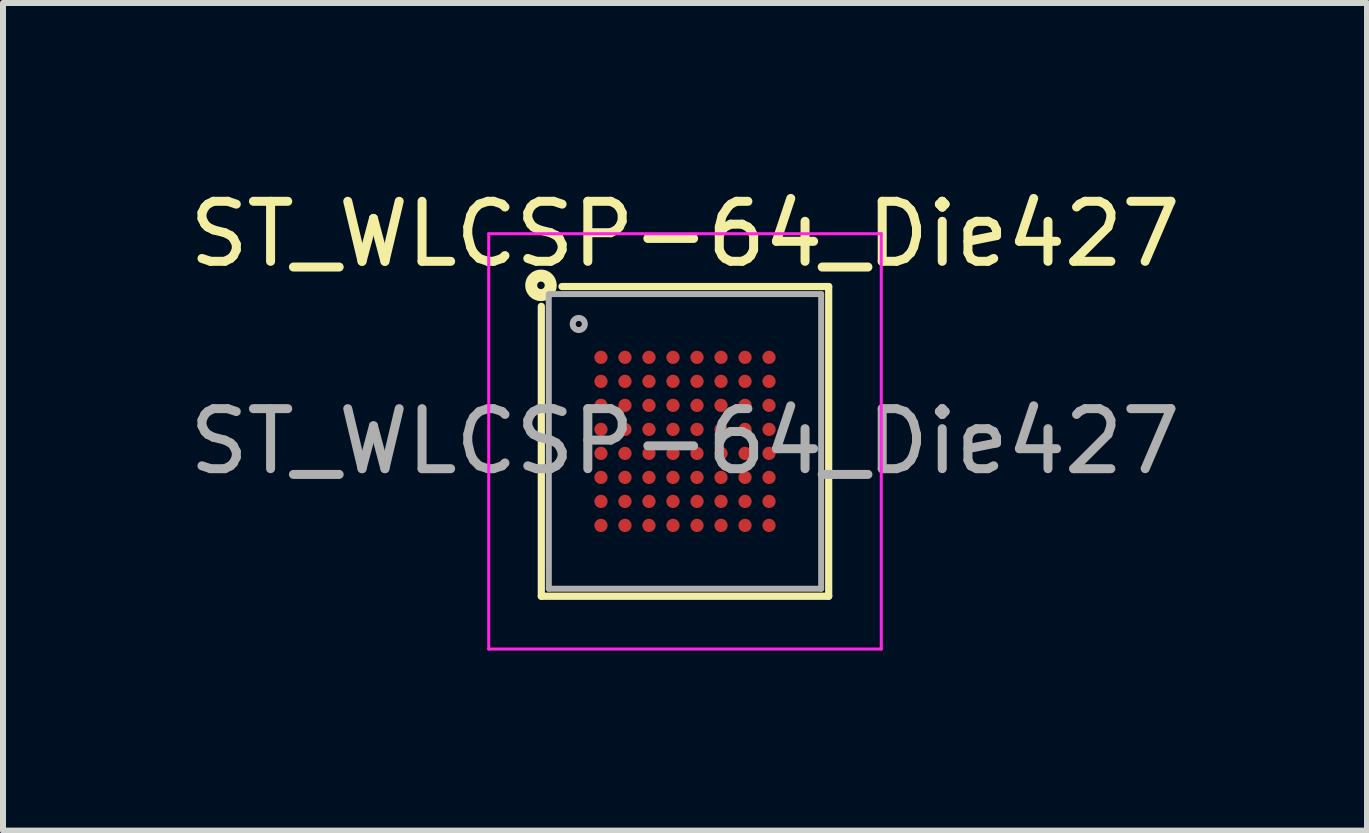
<source format=kicad_pcb>
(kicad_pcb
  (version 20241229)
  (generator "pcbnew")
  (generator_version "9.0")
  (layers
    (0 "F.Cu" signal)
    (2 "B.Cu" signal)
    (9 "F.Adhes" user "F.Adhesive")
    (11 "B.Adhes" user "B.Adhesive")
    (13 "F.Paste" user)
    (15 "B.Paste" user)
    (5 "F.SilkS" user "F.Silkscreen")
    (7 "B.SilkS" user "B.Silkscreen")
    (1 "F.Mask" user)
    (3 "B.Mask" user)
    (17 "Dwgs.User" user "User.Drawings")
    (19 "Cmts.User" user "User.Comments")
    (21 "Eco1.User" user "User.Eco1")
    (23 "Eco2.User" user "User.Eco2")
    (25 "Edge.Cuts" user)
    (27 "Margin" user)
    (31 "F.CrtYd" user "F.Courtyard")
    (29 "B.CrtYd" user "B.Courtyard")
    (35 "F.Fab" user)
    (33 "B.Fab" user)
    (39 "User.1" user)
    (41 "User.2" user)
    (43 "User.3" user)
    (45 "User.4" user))
  (footprint "ST_WLCSP-64_Die427"
    (layer "F.Cu")
    (at 8.363 4.304)
    (property "Reference" "ST_WLCSP-64_Die427" (at 0 -3.455 0) (layer "F.SilkS") (effects (font (size 1 1) (thickness 0.15))))
    (attr smd)
    (fp_line (start -2.394 2.58) (end -2.394 -2.25) (stroke (width 0.12) (type solid)) (layer "F.SilkS"))
    (fp_line (start -2.05 -2.58) (end 2.394 -2.58) (stroke (width 0.12) (type solid)) (layer "F.SilkS"))
    (fp_line (start 2.394 -2.58) (end 2.394 2.58) (stroke (width 0.12) (type solid)) (layer "F.SilkS"))
    (fp_line (start 2.394 2.58) (end -2.394 2.58) (stroke (width 0.12) (type solid)) (layer "F.SilkS"))
    (fp_circle (center -2.4 -2.6) (end -2.337 -2.6) (stroke (width 0.2) (type solid)) (fill no) (layer "F.SilkS"))
    (fp_line (start -3.27 -3.46) (end -3.27 3.46) (stroke (width 0.05) (type solid)) (layer "F.CrtYd"))
    (fp_line (start -3.27 3.46) (end 3.27 3.46) (stroke (width 0.05) (type solid)) (layer "F.CrtYd"))
    (fp_line (start 3.27 -3.46) (end -3.27 -3.46) (stroke (width 0.05) (type solid)) (layer "F.CrtYd"))
    (fp_line (start 3.27 3.46) (end 3.27 -3.46) (stroke (width 0.05) (type solid)) (layer "F.CrtYd"))
    (fp_line (start -2.269 2.455) (end -2.27 -2.45) (stroke (width 0.1) (type solid)) (layer "F.Fab"))
    (fp_line (start -2.26 -2.455) (end 2.269 -2.455) (stroke (width 0.1) (type solid)) (layer "F.Fab"))
    (fp_line (start 2.269 -2.455) (end 2.269 2.455) (stroke (width 0.1) (type solid)) (layer "F.Fab"))
    (fp_line (start 2.269 2.455) (end -2.269 2.455) (stroke (width 0.1) (type solid)) (layer "F.Fab"))
    (fp_circle (center -1.77 -1.956) (end -1.669 -1.956) (stroke (width 0.1) (type solid)) (fill no) (layer "F.Fab"))
    (fp_text user "${REFERENCE}" (at 0 0 0) (layer "F.Fab") (effects (font (size 1 1) (thickness 0.15))))
    (pad "A1" smd circle (at -1.4 -1.4) (size 0.22 0.22) (layers "F.Cu" "F.Mask" "F.Paste"))
    (pad "A2" smd circle (at -1 -1.4) (size 0.22 0.22) (layers "F.Cu" "F.Mask" "F.Paste"))
    (pad "A3" smd circle (at -0.6 -1.4) (size 0.22 0.22) (layers "F.Cu" "F.Mask" "F.Paste"))
    (pad "A4" smd circle (at -0.2 -1.4) (size 0.22 0.22) (layers "F.Cu" "F.Mask" "F.Paste"))
    (pad "A5" smd circle (at 0.2 -1.4) (size 0.22 0.22) (layers "F.Cu" "F.Mask" "F.Paste"))
    (pad "A6" smd circle (at 0.6 -1.4) (size 0.22 0.22) (layers "F.Cu" "F.Mask" "F.Paste"))
    (pad "A7" smd circle (at 1 -1.4) (size 0.22 0.22) (layers "F.Cu" "F.Mask" "F.Paste"))
    (pad "A8" smd circle (at 1.4 -1.4) (size 0.22 0.22) (layers "F.Cu" "F.Mask" "F.Paste"))
    (pad "B1" smd circle (at -1.4 -1) (size 0.22 0.22) (layers "F.Cu" "F.Mask" "F.Paste"))
    (pad "B2" smd circle (at -1 -1) (size 0.22 0.22) (layers "F.Cu" "F.Mask" "F.Paste"))
    (pad "B3" smd circle (at -0.6 -1) (size 0.22 0.22) (layers "F.Cu" "F.Mask" "F.Paste"))
    (pad "B4" smd circle (at -0.2 -1) (size 0.22 0.22) (layers "F.Cu" "F.Mask" "F.Paste"))
    (pad "B5" smd circle (at 0.2 -1) (size 0.22 0.22) (layers "F.Cu" "F.Mask" "F.Paste"))
    (pad "B6" smd circle (at 0.6 -1) (size 0.22 0.22) (layers "F.Cu" "F.Mask" "F.Paste"))
    (pad "B7" smd circle (at 1 -1) (size 0.22 0.22) (layers "F.Cu" "F.Mask" "F.Paste"))
    (pad "B8" smd circle (at 1.4 -1) (size 0.22 0.22) (layers "F.Cu" "F.Mask" "F.Paste"))
    (pad "C1" smd circle (at -1.4 -0.6) (size 0.22 0.22) (layers "F.Cu" "F.Mask" "F.Paste"))
    (pad "C2" smd circle (at -1 -0.6) (size 0.22 0.22) (layers "F.Cu" "F.Mask" "F.Paste"))
    (pad "C3" smd circle (at -0.6 -0.6) (size 0.22 0.22) (layers "F.Cu" "F.Mask" "F.Paste"))
    (pad "C4" smd circle (at -0.2 -0.6) (size 0.22 0.22) (layers "F.Cu" "F.Mask" "F.Paste"))
    (pad "C5" smd circle (at 0.2 -0.6) (size 0.22 0.22) (layers "F.Cu" "F.Mask" "F.Paste"))
    (pad "C6" smd circle (at 0.6 -0.6) (size 0.22 0.22) (layers "F.Cu" "F.Mask" "F.Paste"))
    (pad "C7" smd circle (at 1 -0.6) (size 0.22 0.22) (layers "F.Cu" "F.Mask" "F.Paste"))
    (pad "C8" smd circle (at 1.4 -0.6) (size 0.22 0.22) (layers "F.Cu" "F.Mask" "F.Paste"))
    (pad "D1" smd circle (at -1.4 -0.2) (size 0.22 0.22) (layers "F.Cu" "F.Mask" "F.Paste"))
    (pad "D2" smd circle (at -1 -0.2) (size 0.22 0.22) (layers "F.Cu" "F.Mask" "F.Paste"))
    (pad "D3" smd circle (at -0.6 -0.2) (size 0.22 0.22) (layers "F.Cu" "F.Mask" "F.Paste"))
    (pad "D4" smd circle (at -0.2 -0.2) (size 0.22 0.22) (layers "F.Cu" "F.Mask" "F.Paste"))
    (pad "D5" smd circle (at 0.2 -0.2) (size 0.22 0.22) (layers "F.Cu" "F.Mask" "F.Paste"))
    (pad "D6" smd circle (at 0.6 -0.2) (size 0.22 0.22) (layers "F.Cu" "F.Mask" "F.Paste"))
    (pad "D7" smd circle (at 1 -0.2) (size 0.22 0.22) (layers "F.Cu" "F.Mask" "F.Paste"))
    (pad "D8" smd circle (at 1.4 -0.2) (size 0.22 0.22) (layers "F.Cu" "F.Mask" "F.Paste"))
    (pad "E1" smd circle (at -1.4 0.2) (size 0.22 0.22) (layers "F.Cu" "F.Mask" "F.Paste"))
    (pad "E2" smd circle (at -1 0.2) (size 0.22 0.22) (layers "F.Cu" "F.Mask" "F.Paste"))
    (pad "E3" smd circle (at -0.6 0.2) (size 0.22 0.22) (layers "F.Cu" "F.Mask" "F.Paste"))
    (pad "E4" smd circle (at -0.2 0.2) (size 0.22 0.22) (layers "F.Cu" "F.Mask" "F.Paste"))
    (pad "E5" smd circle (at 0.2 0.2) (size 0.22 0.22) (layers "F.Cu" "F.Mask" "F.Paste"))
    (pad "E6" smd circle (at 0.6 0.2) (size 0.22 0.22) (layers "F.Cu" "F.Mask" "F.Paste"))
    (pad "E7" smd circle (at 1 0.2) (size 0.22 0.22) (layers "F.Cu" "F.Mask" "F.Paste"))
    (pad "E8" smd circle (at 1.4 0.2) (size 0.22 0.22) (layers "F.Cu" "F.Mask" "F.Paste"))
    (pad "F1" smd circle (at -1.4 0.6) (size 0.22 0.22) (layers "F.Cu" "F.Mask" "F.Paste"))
    (pad "F2" smd circle (at -1 0.6) (size 0.22 0.22) (layers "F.Cu" "F.Mask" "F.Paste"))
    (pad "F3" smd circle (at -0.6 0.6) (size 0.22 0.22) (layers "F.Cu" "F.Mask" "F.Paste"))
    (pad "F4" smd circle (at -0.2 0.6) (size 0.22 0.22) (layers "F.Cu" "F.Mask" "F.Paste"))
    (pad "F5" smd circle (at 0.2 0.6) (size 0.22 0.22) (layers "F.Cu" "F.Mask" "F.Paste"))
    (pad "F6" smd circle (at 0.6 0.6) (size 0.22 0.22) (layers "F.Cu" "F.Mask" "F.Paste"))
    (pad "F7" smd circle (at 1 0.6) (size 0.22 0.22) (layers "F.Cu" "F.Mask" "F.Paste"))
    (pad "F8" smd circle (at 1.4 0.6) (size 0.22 0.22) (layers "F.Cu" "F.Mask" "F.Paste"))
    (pad "G1" smd circle (at -1.4 1) (size 0.22 0.22) (layers "F.Cu" "F.Mask" "F.Paste"))
    (pad "G2" smd circle (at -1 1) (size 0.22 0.22) (layers "F.Cu" "F.Mask" "F.Paste"))
    (pad "G3" smd circle (at -0.6 1) (size 0.22 0.22) (layers "F.Cu" "F.Mask" "F.Paste"))
    (pad "G4" smd circle (at -0.2 1) (size 0.22 0.22) (layers "F.Cu" "F.Mask" "F.Paste"))
    (pad "G5" smd circle (at 0.2 1) (size 0.22 0.22) (layers "F.Cu" "F.Mask" "F.Paste"))
    (pad "G6" smd circle (at 0.6 1) (size 0.22 0.22) (layers "F.Cu" "F.Mask" "F.Paste"))
    (pad "G7" smd circle (at 1 1) (size 0.22 0.22) (layers "F.Cu" "F.Mask" "F.Paste"))
    (pad "G8" smd circle (at 1.4 1) (size 0.22 0.22) (layers "F.Cu" "F.Mask" "F.Paste"))
    (pad "H1" smd circle (at -1.4 1.4) (size 0.22 0.22) (layers "F.Cu" "F.Mask" "F.Paste"))
    (pad "H2" smd circle (at -1 1.4) (size 0.22 0.22) (layers "F.Cu" "F.Mask" "F.Paste"))
    (pad "H3" smd circle (at -0.6 1.4) (size 0.22 0.22) (layers "F.Cu" "F.Mask" "F.Paste"))
    (pad "H4" smd circle (at -0.2 1.4) (size 0.22 0.22) (layers "F.Cu" "F.Mask" "F.Paste"))
    (pad "H5" smd circle (at 0.2 1.4) (size 0.22 0.22) (layers "F.Cu" "F.Mask" "F.Paste"))
    (pad "H6" smd circle (at 0.6 1.4) (size 0.22 0.22) (layers "F.Cu" "F.Mask" "F.Paste"))
    (pad "H7" smd circle (at 1 1.4) (size 0.22 0.22) (layers "F.Cu" "F.Mask" "F.Paste"))
    (pad "H8" smd circle (at 1.4 1.4) (size 0.22 0.22) (layers "F.Cu" "F.Mask" "F.Paste")))
  (gr_rect
    (start -3 -3)
    (end 19.726 10.789)
    (stroke (width 0.1) (type default))
    (fill no)
    (layer "Edge.Cuts")))
</source>
